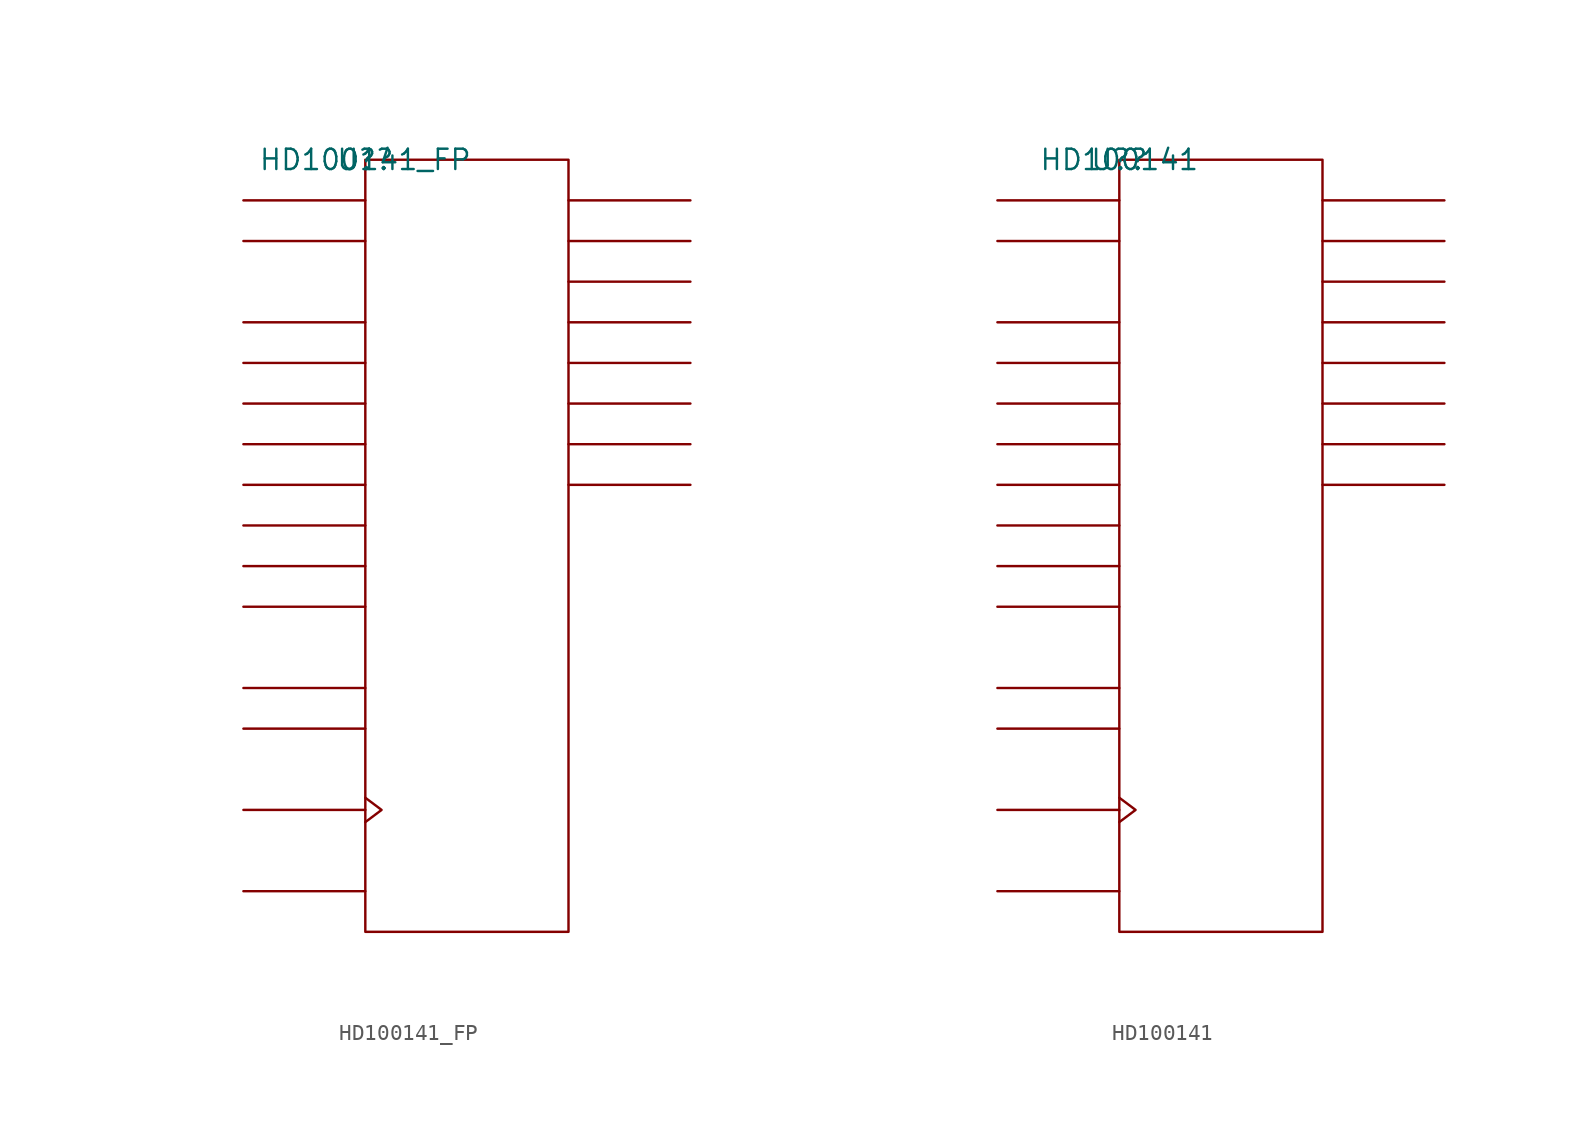
<source format=kicad_sym>
(kicad_symbol_lib
  (version 20211014)
  (generator kicad_symbol_editor)
  (symbol "HD100141_FP"
    (pin_names
      (offset 0.762))
    (property "Reference" "U?"
      (at 0 0 0)
      (effects (font (size 1.27 1.27))))
    (property "Value" "HD100141_FP"
      (at 0 0 0)
      (effects (font (size 1.27 1.27))))
    (symbol "HD100141_FP_0_1"
      (rectangle (start 0 -48.26) (end 12.7 0) (stroke (width 0) (type default) (color 0 0 0 0)) (fill (type none)))
      (polyline (pts (xy 0 -45.72) (xy -7.62 -45.72)) (stroke (width 0) (type default) (color 0 0 0 0)) (fill (type none)))
      (polyline (pts (xy 0 -40.64) (xy -7.62 -40.64)) (stroke (width 0) (type default) (color 0 0 0 0)) (fill (type none)))
      (polyline (pts (xy 0 -35.56) (xy -7.62 -35.56)) (stroke (width 0) (type default) (color 0 0 0 0)) (fill (type none)))
      (polyline (pts (xy 0 -33.02) (xy -7.62 -33.02)) (stroke (width 0) (type default) (color 0 0 0 0)) (fill (type none)))
      (polyline (pts (xy 0 -27.94) (xy -7.62 -27.94)) (stroke (width 0) (type default) (color 0 0 0 0)) (fill (type none)))
      (polyline (pts (xy 0 -25.4) (xy -7.62 -25.4)) (stroke (width 0) (type default) (color 0 0 0 0)) (fill (type none)))
      (polyline (pts (xy 0 -22.86) (xy -7.62 -22.86)) (stroke (width 0) (type default) (color 0 0 0 0)) (fill (type none)))
      (polyline (pts (xy 0 -20.32) (xy -7.62 -20.32)) (stroke (width 0) (type default) (color 0 0 0 0)) (fill (type none)))
      (polyline (pts (xy 0 -17.78) (xy -7.62 -17.78)) (stroke (width 0) (type default) (color 0 0 0 0)) (fill (type none)))
      (polyline (pts (xy 0 -15.24) (xy -7.62 -15.24)) (stroke (width 0) (type default) (color 0 0 0 0)) (fill (type none)))
      (polyline (pts (xy 0 -12.7) (xy -7.62 -12.7)) (stroke (width 0) (type default) (color 0 0 0 0)) (fill (type none)))
      (polyline (pts (xy 0 -10.16) (xy -7.62 -10.16)) (stroke (width 0) (type default) (color 0 0 0 0)) (fill (type none)))
      (polyline (pts (xy 0 -5.08) (xy -7.62 -5.08)) (stroke (width 0) (type default) (color 0 0 0 0)) (fill (type none)))
      (polyline (pts (xy 0 -2.54) (xy -7.62 -2.54)) (stroke (width 0) (type default) (color 0 0 0 0)) (fill (type none)))
      (polyline (pts (xy 12.7 -20.32) (xy 20.32 -20.32)) (stroke (width 0) (type default) (color 0 0 0 0)) (fill (type none)))
      (polyline (pts (xy 12.7 -17.78) (xy 20.32 -17.78)) (stroke (width 0) (type default) (color 0 0 0 0)) (fill (type none)))
      (polyline (pts (xy 12.7 -15.24) (xy 20.32 -15.24)) (stroke (width 0) (type default) (color 0 0 0 0)) (fill (type none)))
      (polyline (pts (xy 12.7 -12.7) (xy 20.32 -12.7)) (stroke (width 0) (type default) (color 0 0 0 0)) (fill (type none)))
      (polyline (pts (xy 12.7 -10.16) (xy 20.32 -10.16)) (stroke (width 0) (type default) (color 0 0 0 0)) (fill (type none)))
      (polyline (pts (xy 12.7 -7.62) (xy 20.32 -7.62)) (stroke (width 0) (type default) (color 0 0 0 0)) (fill (type none)))
      (polyline (pts (xy 12.7 -5.08) (xy 20.32 -5.08)) (stroke (width 0) (type default) (color 0 0 0 0)) (fill (type none)))
      (polyline (pts (xy 12.7 -2.54) (xy 20.32 -2.54)) (stroke (width 0) (type default) (color 0 0 0 0)) (fill (type none)))
      (polyline (pts (xy 0 -39.878) (xy 1.016 -40.64) (xy 0 -41.402)) (stroke (width 0) (type default) (color 0 0 0 0)) (fill (type none))))
    (symbol "HD100141_FP_1_1"
      (pin unspecified line (at -7.62 -15.24 0) (length 7.62) hide (name "P2" (effects (font (size 1.245 1.245)))) (number "1" (effects (font (size 1.245 1.245)))))
      (pin power_in line (at 10.16 -48.26 180) (length 7.62) hide (name "GND" (effects (font (size 1.245 1.245)))) (number "10" (effects (font (size 1.245 1.245)))))
      (pin unspecified line (at 20.32 -12.7 180) (length 7.62) hide (name "Q4" (effects (font (size 1.245 1.245)))) (number "11" (effects (font (size 1.245 1.245)))))
      (pin unspecified line (at 20.32 -15.24 180) (length 7.62) hide (name "Q5" (effects (font (size 1.245 1.245)))) (number "12" (effects (font (size 1.245 1.245)))))
      (pin unspecified line (at 20.32 -17.78 180) (length 7.62) hide (name "Q6" (effects (font (size 1.245 1.245)))) (number "13" (effects (font (size 1.245 1.245)))))
      (pin unspecified line (at 20.32 -20.32 180) (length 7.62) hide (name "Q7" (effects (font (size 1.245 1.245)))) (number "14" (effects (font (size 1.245 1.245)))))
      (pin unspecified line (at -7.62 -5.08 0) (length 7.62) hide (name "D7" (effects (font (size 1.245 1.245)))) (number "15" (effects (font (size 1.245 1.245)))))
      (pin unspecified line (at -7.62 -27.94 0) (length 7.62) hide (name "P7" (effects (font (size 1.245 1.245)))) (number "16" (effects (font (size 1.245 1.245)))))
      (pin unspecified line (at -7.62 -25.4 0) (length 7.62) hide (name "P6" (effects (font (size 1.245 1.245)))) (number "17" (effects (font (size 1.245 1.245)))))
      (pin unspecified line (at -7.62 -22.86 0) (length 7.62) hide (name "P5" (effects (font (size 1.245 1.245)))) (number "18" (effects (font (size 1.245 1.245)))))
      (pin unspecified line (at -7.62 -20.32 0) (length 7.62) hide (name "P4" (effects (font (size 1.245 1.245)))) (number "19" (effects (font (size 1.245 1.245)))))
      (pin unspecified line (at -7.62 -12.7 0) (length 7.62) hide (name "P1" (effects (font (size 1.245 1.245)))) (number "2" (effects (font (size 1.245 1.245)))))
      (pin unspecified line (at -7.62 -40.64 180) (length 7.62) hide (name "CLK" (effects (font (size 1.245 1.245)))) (number "20" (effects (font (size 1.245 1.245)))))
      (pin power_in line (at -7.62 -45.72 0) (length 7.62) hide (name "VEE" (effects (font (size 1.245 1.245)))) (number "21" (effects (font (size 1.245 1.245)))))
      (pin unspecified line (at -7.62 -33.02 0) (length 7.62) hide (name "S0" (effects (font (size 1.245 1.245)))) (number "22" (effects (font (size 1.245 1.245)))))
      (pin unspecified line (at -7.62 -35.56 0) (length 7.62) hide (name "S1" (effects (font (size 1.245 1.245)))) (number "23" (effects (font (size 1.245 1.245)))))
      (pin unspecified line (at -7.62 -17.78 0) (length 7.62) hide (name "P3" (effects (font (size 1.245 1.245)))) (number "24" (effects (font (size 1.245 1.245)))))
      (pin unspecified line (at -7.62 -10.16 0) (length 7.62) hide (name "P0" (effects (font (size 1.245 1.245)))) (number "3" (effects (font (size 1.245 1.245)))))
      (pin unspecified line (at -7.62 -2.54 0) (length 7.62) hide (name "D0" (effects (font (size 1.245 1.245)))) (number "4" (effects (font (size 1.245 1.245)))))
      (pin unspecified line (at 20.32 -2.54 180) (length 7.62) hide (name "Q0" (effects (font (size 1.245 1.245)))) (number "5" (effects (font (size 1.245 1.245)))))
      (pin unspecified line (at 20.32 -5.08 180) (length 7.62) hide (name "Q1" (effects (font (size 1.245 1.245)))) (number "6" (effects (font (size 1.245 1.245)))))
      (pin unspecified line (at 20.32 -7.62 180) (length 7.62) hide (name "Q2" (effects (font (size 1.245 1.245)))) (number "7" (effects (font (size 1.245 1.245)))))
      (pin unspecified line (at 20.32 -10.16 180) (length 7.62) hide (name "Q3" (effects (font (size 1.245 1.245)))) (number "8" (effects (font (size 1.245 1.245)))))
      (pin power_in line (at 7.62 -48.26 180) (length 7.62) hide (name "GND" (effects (font (size 1.245 1.245)))) (number "9" (effects (font (size 1.245 1.245)))))))
  (symbol "HD100141"
    (pin_names
      (offset 0.762))
    (property "Reference" "U?"
      (at 0 0 0)
      (effects (font (size 1.27 1.27))))
    (property "Value" "HD100141"
      (at 0 0 0)
      (effects (font (size 1.27 1.27))))
    (symbol "HD100141_0_1"
      (rectangle (start 0 -48.26) (end 12.7 0) (stroke (width 0) (type default) (color 0 0 0 0)) (fill (type none)))
      (polyline (pts (xy 0 -45.72) (xy -7.62 -45.72)) (stroke (width 0) (type default) (color 0 0 0 0)) (fill (type none)))
      (polyline (pts (xy 0 -40.64) (xy -7.62 -40.64)) (stroke (width 0) (type default) (color 0 0 0 0)) (fill (type none)))
      (polyline (pts (xy 0 -35.56) (xy -7.62 -35.56)) (stroke (width 0) (type default) (color 0 0 0 0)) (fill (type none)))
      (polyline (pts (xy 0 -33.02) (xy -7.62 -33.02)) (stroke (width 0) (type default) (color 0 0 0 0)) (fill (type none)))
      (polyline (pts (xy 0 -27.94) (xy -7.62 -27.94)) (stroke (width 0) (type default) (color 0 0 0 0)) (fill (type none)))
      (polyline (pts (xy 0 -25.4) (xy -7.62 -25.4)) (stroke (width 0) (type default) (color 0 0 0 0)) (fill (type none)))
      (polyline (pts (xy 0 -22.86) (xy -7.62 -22.86)) (stroke (width 0) (type default) (color 0 0 0 0)) (fill (type none)))
      (polyline (pts (xy 0 -20.32) (xy -7.62 -20.32)) (stroke (width 0) (type default) (color 0 0 0 0)) (fill (type none)))
      (polyline (pts (xy 0 -17.78) (xy -7.62 -17.78)) (stroke (width 0) (type default) (color 0 0 0 0)) (fill (type none)))
      (polyline (pts (xy 0 -15.24) (xy -7.62 -15.24)) (stroke (width 0) (type default) (color 0 0 0 0)) (fill (type none)))
      (polyline (pts (xy 0 -12.7) (xy -7.62 -12.7)) (stroke (width 0) (type default) (color 0 0 0 0)) (fill (type none)))
      (polyline (pts (xy 0 -10.16) (xy -7.62 -10.16)) (stroke (width 0) (type default) (color 0 0 0 0)) (fill (type none)))
      (polyline (pts (xy 0 -5.08) (xy -7.62 -5.08)) (stroke (width 0) (type default) (color 0 0 0 0)) (fill (type none)))
      (polyline (pts (xy 0 -2.54) (xy -7.62 -2.54)) (stroke (width 0) (type default) (color 0 0 0 0)) (fill (type none)))
      (polyline (pts (xy 12.7 -20.32) (xy 20.32 -20.32)) (stroke (width 0) (type default) (color 0 0 0 0)) (fill (type none)))
      (polyline (pts (xy 12.7 -17.78) (xy 20.32 -17.78)) (stroke (width 0) (type default) (color 0 0 0 0)) (fill (type none)))
      (polyline (pts (xy 12.7 -15.24) (xy 20.32 -15.24)) (stroke (width 0) (type default) (color 0 0 0 0)) (fill (type none)))
      (polyline (pts (xy 12.7 -12.7) (xy 20.32 -12.7)) (stroke (width 0) (type default) (color 0 0 0 0)) (fill (type none)))
      (polyline (pts (xy 12.7 -10.16) (xy 20.32 -10.16)) (stroke (width 0) (type default) (color 0 0 0 0)) (fill (type none)))
      (polyline (pts (xy 12.7 -7.62) (xy 20.32 -7.62)) (stroke (width 0) (type default) (color 0 0 0 0)) (fill (type none)))
      (polyline (pts (xy 12.7 -5.08) (xy 20.32 -5.08)) (stroke (width 0) (type default) (color 0 0 0 0)) (fill (type none)))
      (polyline (pts (xy 12.7 -2.54) (xy 20.32 -2.54)) (stroke (width 0) (type default) (color 0 0 0 0)) (fill (type none)))
      (polyline (pts (xy 0 -39.878) (xy 1.016 -40.64) (xy 0 -41.402)) (stroke (width 0) (type default) (color 0 0 0 0)) (fill (type none))))
    (symbol "HD100141_1_1"
      (pin unspecified line (at -7.62 -2.54 0) (length 7.62) hide (name "D0" (effects (font (size 1.245 1.245)))) (number "1" (effects (font (size 1.245 1.245)))))
      (pin unspecified line (at 20.32 -17.78 180) (length 7.62) hide (name "Q6" (effects (font (size 1.245 1.245)))) (number "10" (effects (font (size 1.245 1.245)))))
      (pin unspecified line (at 20.32 -20.32 180) (length 7.62) hide (name "Q7" (effects (font (size 1.245 1.245)))) (number "11" (effects (font (size 1.245 1.245)))))
      (pin unspecified line (at -7.62 -5.08 0) (length 7.62) hide (name "D7" (effects (font (size 1.245 1.245)))) (number "12" (effects (font (size 1.245 1.245)))))
      (pin unspecified line (at -7.62 -27.94 0) (length 7.62) hide (name "P7" (effects (font (size 1.245 1.245)))) (number "13" (effects (font (size 1.245 1.245)))))
      (pin unspecified line (at -7.62 -25.4 0) (length 7.62) hide (name "P6" (effects (font (size 1.245 1.245)))) (number "14" (effects (font (size 1.245 1.245)))))
      (pin unspecified line (at -7.62 -22.86 0) (length 7.62) hide (name "P5" (effects (font (size 1.245 1.245)))) (number "15" (effects (font (size 1.245 1.245)))))
      (pin unspecified line (at -7.62 -20.32 0) (length 7.62) hide (name "P4" (effects (font (size 1.245 1.245)))) (number "16" (effects (font (size 1.245 1.245)))))
      (pin unspecified line (at -7.62 -40.64 180) (length 7.62) hide (name "CLK" (effects (font (size 1.245 1.245)))) (number "17" (effects (font (size 1.245 1.245)))))
      (pin power_in line (at -7.62 -45.72 0) (length 7.62) hide (name "VEE" (effects (font (size 1.245 1.245)))) (number "18" (effects (font (size 1.245 1.245)))))
      (pin unspecified line (at -7.62 -33.02 0) (length 7.62) hide (name "S0" (effects (font (size 1.245 1.245)))) (number "19" (effects (font (size 1.245 1.245)))))
      (pin unspecified line (at 20.32 -2.54 180) (length 7.62) hide (name "Q0" (effects (font (size 1.245 1.245)))) (number "2" (effects (font (size 1.245 1.245)))))
      (pin unspecified line (at -7.62 -35.56 0) (length 7.62) hide (name "S1" (effects (font (size 1.245 1.245)))) (number "20" (effects (font (size 1.245 1.245)))))
      (pin unspecified line (at -7.62 -17.78 0) (length 7.62) hide (name "P3" (effects (font (size 1.245 1.245)))) (number "21" (effects (font (size 1.245 1.245)))))
      (pin unspecified line (at -7.62 -15.24 0) (length 7.62) hide (name "P2" (effects (font (size 1.245 1.245)))) (number "22" (effects (font (size 1.245 1.245)))))
      (pin unspecified line (at -7.62 -12.7 0) (length 7.62) hide (name "P1" (effects (font (size 1.245 1.245)))) (number "23" (effects (font (size 1.245 1.245)))))
      (pin unspecified line (at -7.62 -10.16 0) (length 7.62) hide (name "P0" (effects (font (size 1.245 1.245)))) (number "24" (effects (font (size 1.245 1.245)))))
      (pin unspecified line (at 20.32 -5.08 180) (length 7.62) hide (name "Q1" (effects (font (size 1.245 1.245)))) (number "3" (effects (font (size 1.245 1.245)))))
      (pin unspecified line (at 20.32 -7.62 180) (length 7.62) hide (name "Q2" (effects (font (size 1.245 1.245)))) (number "4" (effects (font (size 1.245 1.245)))))
      (pin unspecified line (at 20.32 -10.16 180) (length 7.62) hide (name "Q3" (effects (font (size 1.245 1.245)))) (number "5" (effects (font (size 1.245 1.245)))))
      (pin power_in line (at 7.62 -48.26 180) (length 7.62) hide (name "GND" (effects (font (size 1.245 1.245)))) (number "6" (effects (font (size 1.245 1.245)))))
      (pin power_in line (at 10.16 -48.26 180) (length 7.62) hide (name "GND" (effects (font (size 1.245 1.245)))) (number "7" (effects (font (size 1.245 1.245)))))
      (pin unspecified line (at 20.32 -12.7 180) (length 7.62) hide (name "Q4" (effects (font (size 1.245 1.245)))) (number "8" (effects (font (size 1.245 1.245)))))
      (pin unspecified line (at 20.32 -15.24 180) (length 7.62) hide (name "Q5" (effects (font (size 1.245 1.245)))) (number "9" (effects (font (size 1.245 1.245))))))))
</source>
